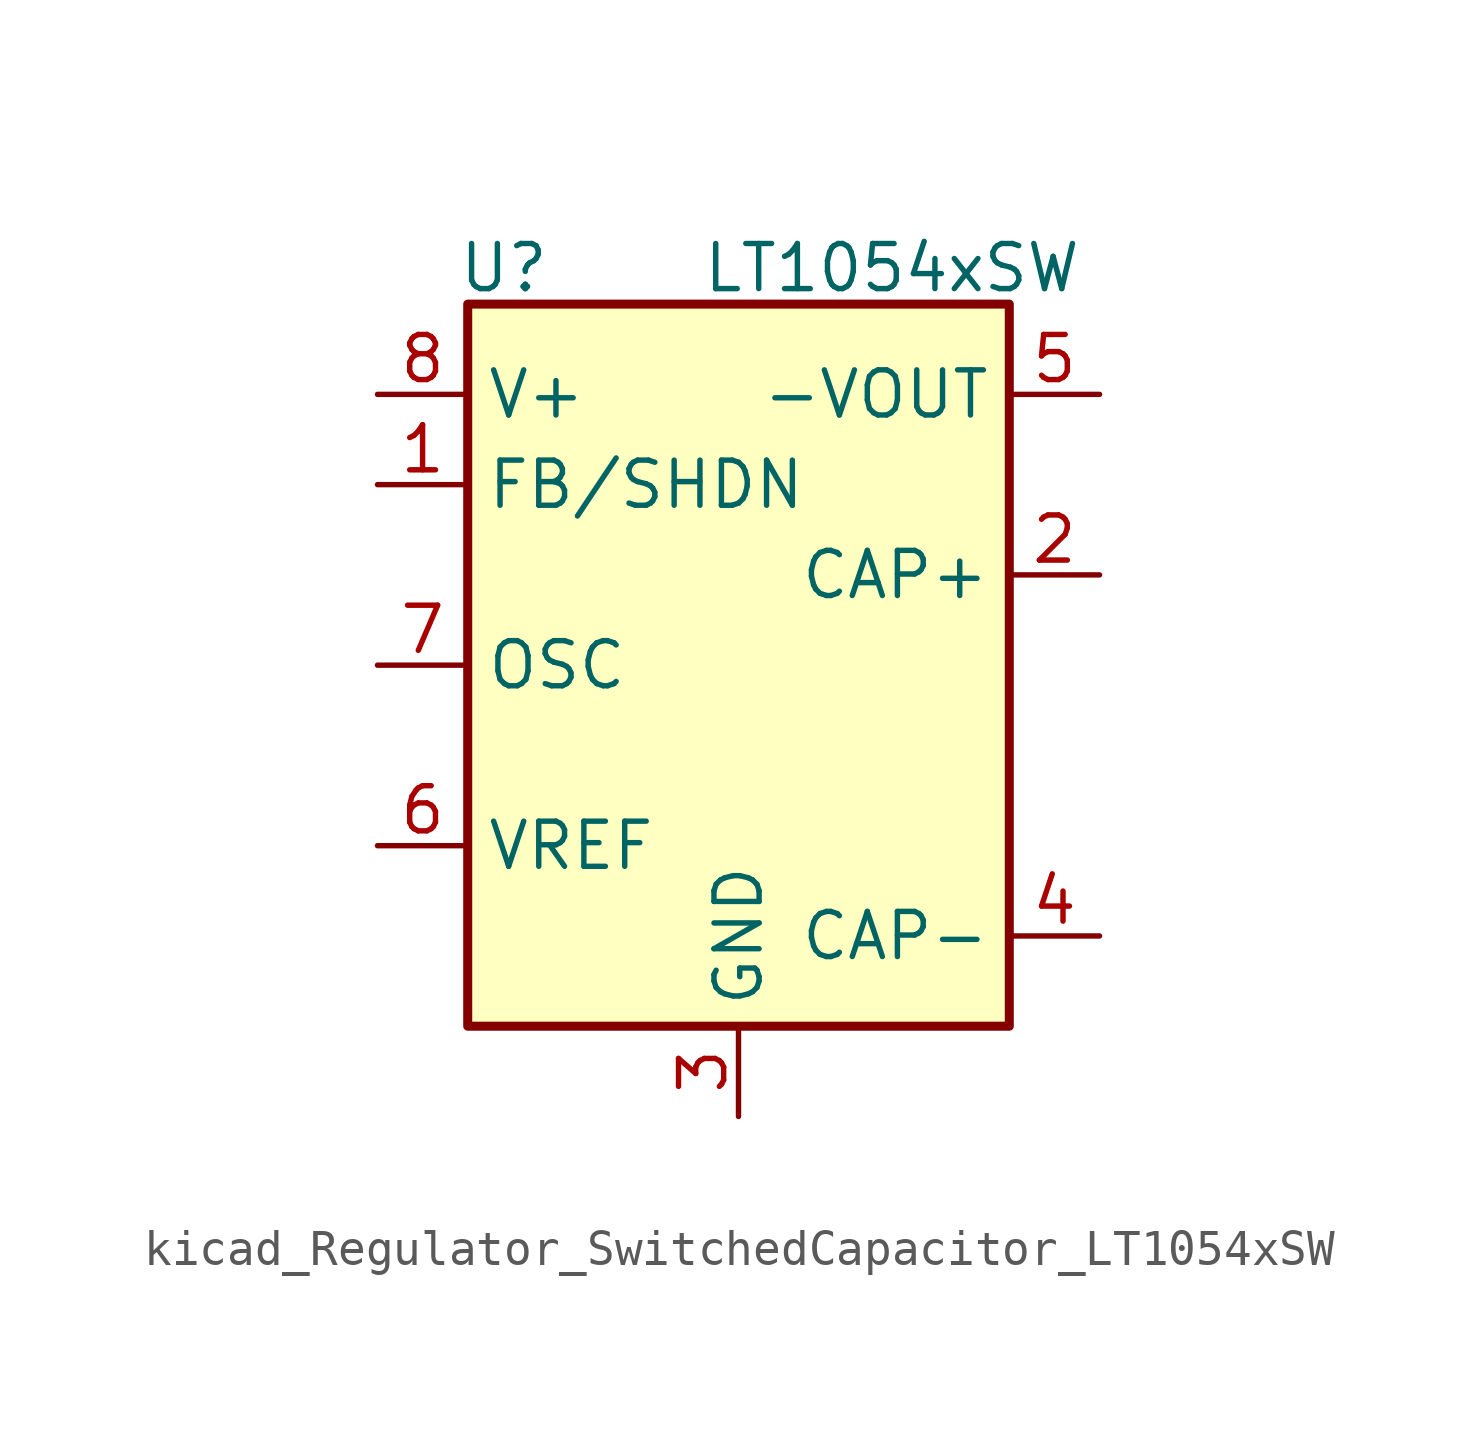
<source format=kicad_sym>
(kicad_symbol_lib
  (version 20220914)
  (generator kicad_symbol_editor)
  (symbol "kicad_Regulator_SwitchedCapacitor_LT1054xSW"
    (property "Reference" "U"
      (at -6.604 11.176 0)
      (effects (font (size 1.27 1.27))))
    (property "Value" "LT1054xSW"
      (at 4.318 11.176 0)
      (effects (font (size 1.27 1.27))))
    (symbol "kicad_Regulator_SwitchedCapacitor_LT1054xSW_0_1"
      (rectangle (start -7.62 10.16) (end 7.62 -10.16) (stroke (width 0.254) (type default)) (fill (type background))))
    (symbol "kicad_Regulator_SwitchedCapacitor_LT1054xSW_1_1"
      (pin input line (at -10.16 5.08 0) (length 2.54) (name "FB/SHDN" (effects (font (size 1.27 1.27)))) (number "1" (effects (font (size 1.27 1.27)))))
      (pin input line (at 10.16 2.54 180) (length 2.54) (name "CAP+" (effects (font (size 1.27 1.27)))) (number "2" (effects (font (size 1.27 1.27)))))
      (pin power_in line (at 0 -12.7 90) (length 2.54) (name "GND" (effects (font (size 1.27 1.27)))) (number "3" (effects (font (size 1.27 1.27)))))
      (pin input line (at 10.16 -7.62 180) (length 2.54) (name "CAP-" (effects (font (size 1.27 1.27)))) (number "4" (effects (font (size 1.27 1.27)))))
      (pin power_out line (at 10.16 7.62 180) (length 2.54) (name "-VOUT" (effects (font (size 1.27 1.27)))) (number "5" (effects (font (size 1.27 1.27)))))
      (pin output line (at -10.16 -5.08 0) (length 2.54) (name "VREF" (effects (font (size 1.27 1.27)))) (number "6" (effects (font (size 1.27 1.27)))))
      (pin input line (at -10.16 0 0) (length 2.54) (name "OSC" (effects (font (size 1.27 1.27)))) (number "7" (effects (font (size 1.27 1.27)))))
      (pin power_in line (at -10.16 7.62 0) (length 2.54) (name "V+" (effects (font (size 1.27 1.27)))) (number "8" (effects (font (size 1.27 1.27))))))))
</source>
